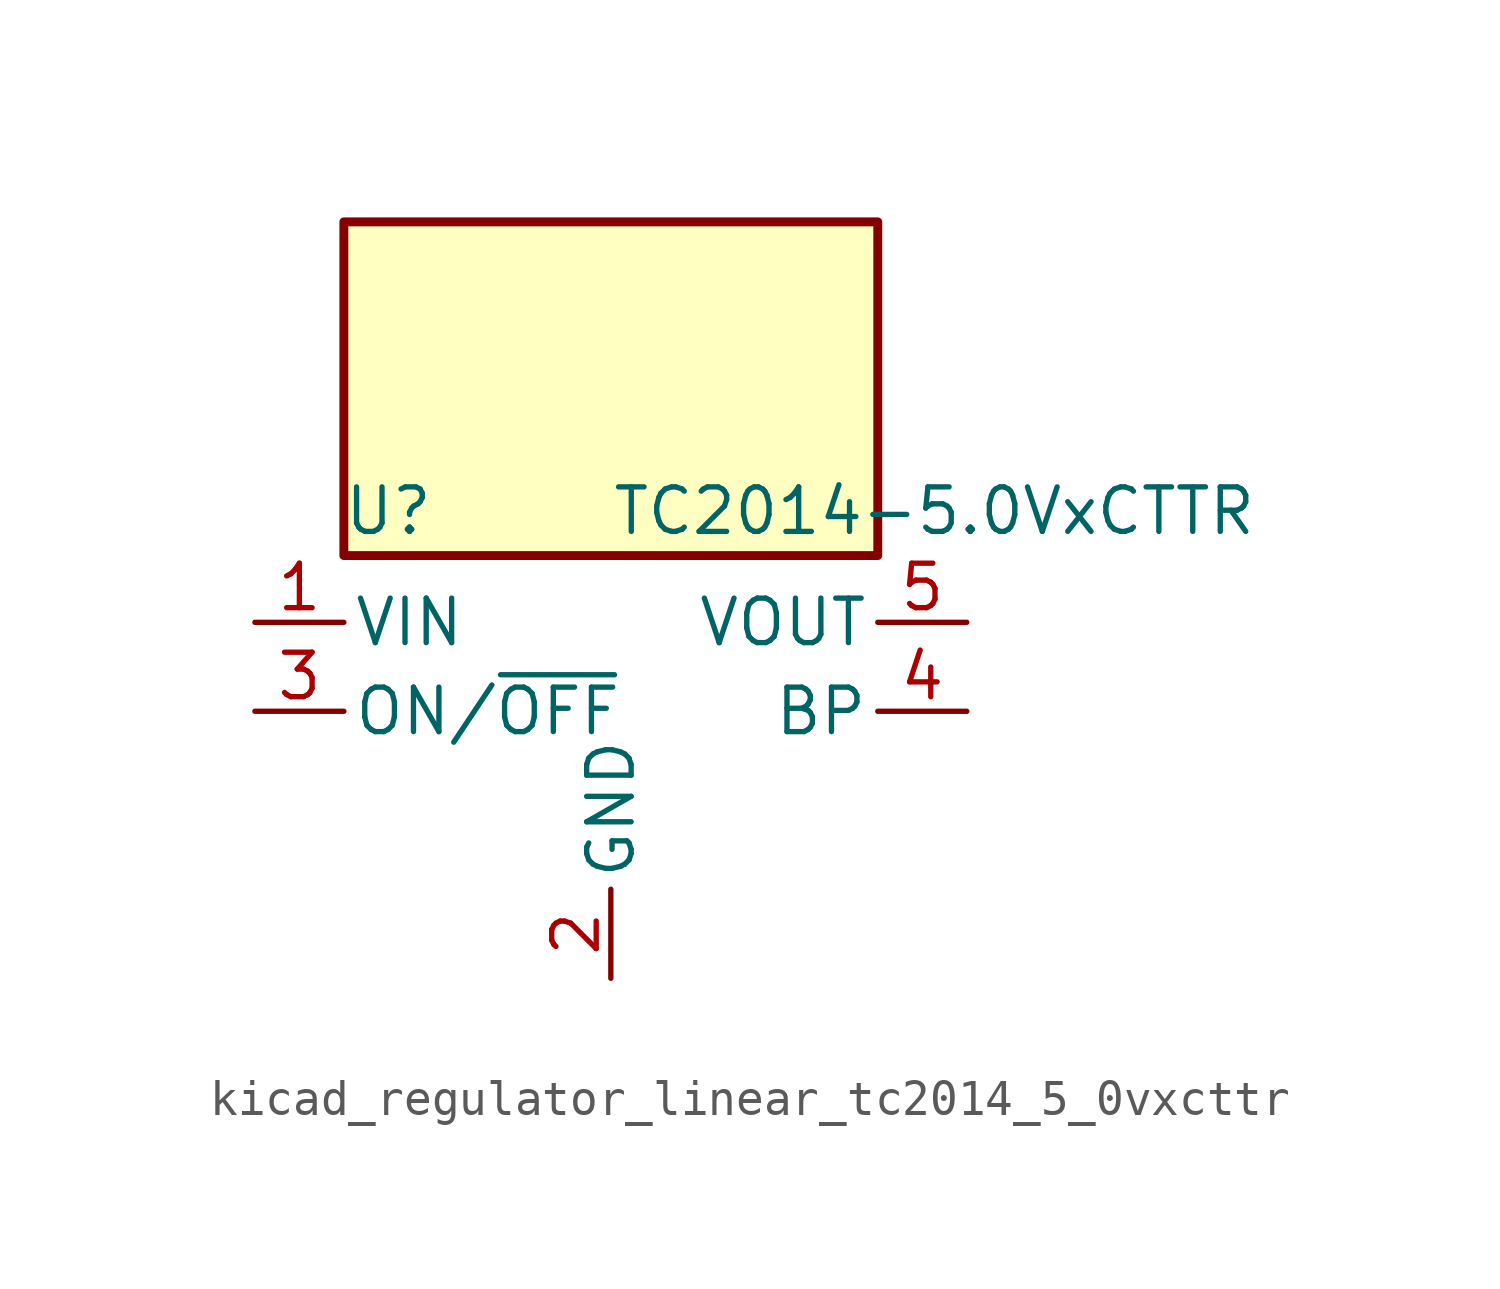
<source format=kicad_sym>
(kicad_symbol_lib
  (version 20220914)
  (generator kicad_symbol_editor)
  (symbol "kicad_regulator_linear_tc2014_5_0vxcttr"
    (pin_names
      (offset 0.254))
    (property "Reference" "U"
      (at -6.35 5.715 0)
      (effects (font (size 1.27 1.27))))
    (property "Value" "TC2014-5.0VxCTTR"
      (at 0 5.715 0)
      (effects (font (size 1.27 1.27)) (justify left)))
    (symbol "kicad_regulator_linear_tc2014_5_0vxcttr_0_1"
      (rectangle (start 7.62 13.97) (end -7.62 4.445) (stroke (width 0.254) (type default)) (fill (type background))))
    (symbol "kicad_regulator_linear_tc2014_5_0vxcttr_1_1"
      (pin power_in line (at -10.16 2.54 0) (length 2.54) (name "VIN" (effects (font (size 1.27 1.27)))) (number "1" (effects (font (size 1.27 1.27)))))
      (pin power_in line (at 0 -7.62 90) (length 2.54) (name "GND" (effects (font (size 1.27 1.27)))) (number "2" (effects (font (size 1.27 1.27)))))
      (pin input line (at -10.16 0 0) (length 2.54) (name "ON/~{OFF}" (effects (font (size 1.27 1.27)))) (number "3" (effects (font (size 1.27 1.27)))))
      (pin input line (at 10.16 0 180) (length 2.54) (name "BP" (effects (font (size 1.27 1.27)))) (number "4" (effects (font (size 1.27 1.27)))))
      (pin power_out line (at 10.16 2.54 180) (length 2.54) (name "VOUT" (effects (font (size 1.27 1.27)))) (number "5" (effects (font (size 1.27 1.27))))))))
</source>
